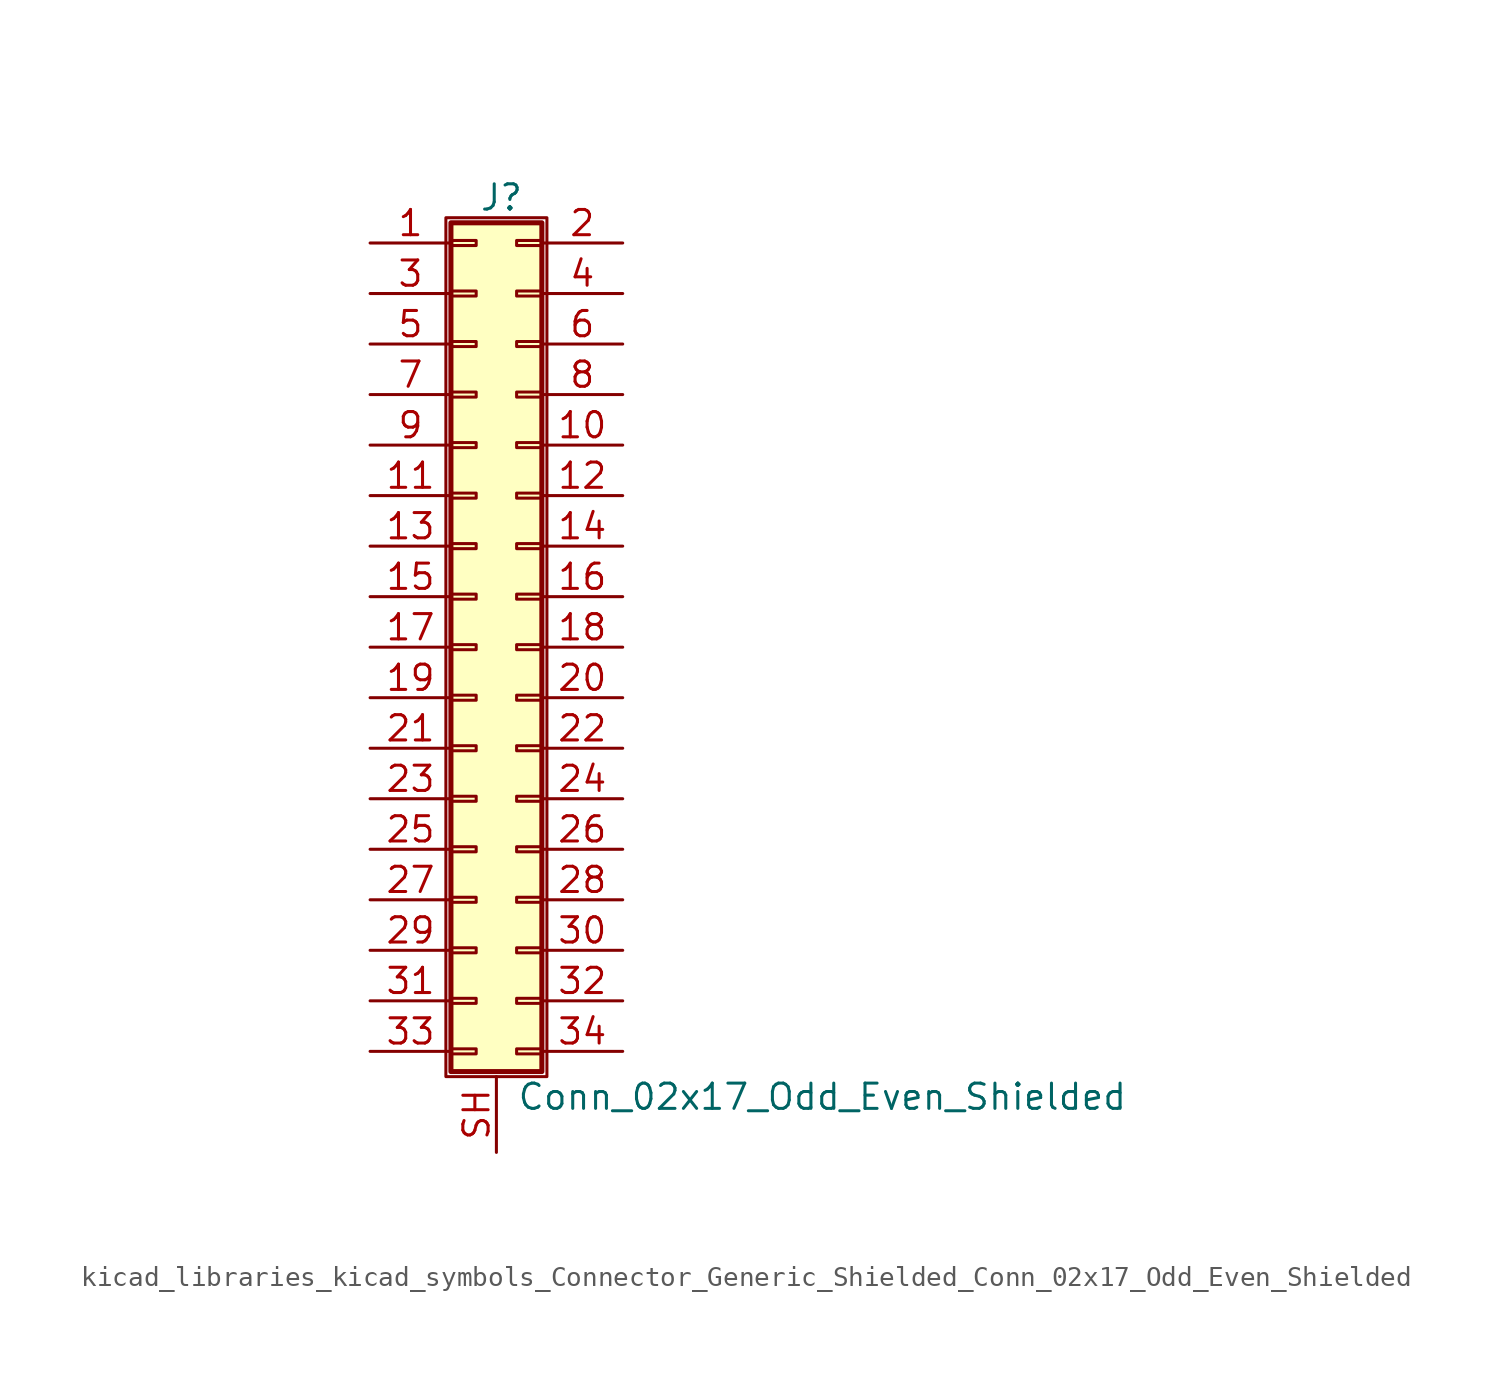
<source format=kicad_sym>
(kicad_symbol_lib
  (version 20220914)
  (generator kicad_symbol_editor)
  (symbol "kicad_libraries_kicad_symbols_Connector_Generic_Shielded_Conn_02x17_Odd_Even_Shielded"
    (pin_names
      (offset 1.016) hide)
    (property "Reference" "J"
      (at 1.524 22.606 0)
      (effects (font (size 1.27 1.27))))
    (property "Value" "Conn_02x17_Odd_Even_Shielded"
      (at 2.286 -22.606 0)
      (effects (font (size 1.27 1.27)) (justify left)))
    (symbol "kicad_libraries_kicad_symbols_Connector_Generic_Shielded_Conn_02x17_Odd_Even_Shielded_1_1"
      (rectangle (start -1.27 21.59) (end 3.81 -21.59) (stroke (width 0.152) (type default)) (fill (type none)))
      (rectangle (start -1.016 -20.193) (end 0.254 -20.447) (stroke (width 0.152) (type default)) (fill (type none)))
      (rectangle (start -1.016 -17.653) (end 0.254 -17.907) (stroke (width 0.152) (type default)) (fill (type none)))
      (rectangle (start -1.016 -15.113) (end 0.254 -15.367) (stroke (width 0.152) (type default)) (fill (type none)))
      (rectangle (start -1.016 -12.573) (end 0.254 -12.827) (stroke (width 0.152) (type default)) (fill (type none)))
      (rectangle (start -1.016 -10.033) (end 0.254 -10.287) (stroke (width 0.152) (type default)) (fill (type none)))
      (rectangle (start -1.016 -7.493) (end 0.254 -7.747) (stroke (width 0.152) (type default)) (fill (type none)))
      (rectangle (start -1.016 -4.953) (end 0.254 -5.207) (stroke (width 0.152) (type default)) (fill (type none)))
      (rectangle (start -1.016 -2.413) (end 0.254 -2.667) (stroke (width 0.152) (type default)) (fill (type none)))
      (rectangle (start -1.016 0.127) (end 0.254 -0.127) (stroke (width 0.152) (type default)) (fill (type none)))
      (rectangle (start -1.016 2.667) (end 0.254 2.413) (stroke (width 0.152) (type default)) (fill (type none)))
      (rectangle (start -1.016 5.207) (end 0.254 4.953) (stroke (width 0.152) (type default)) (fill (type none)))
      (rectangle (start -1.016 7.747) (end 0.254 7.493) (stroke (width 0.152) (type default)) (fill (type none)))
      (rectangle (start -1.016 10.287) (end 0.254 10.033) (stroke (width 0.152) (type default)) (fill (type none)))
      (rectangle (start -1.016 12.827) (end 0.254 12.573) (stroke (width 0.152) (type default)) (fill (type none)))
      (rectangle (start -1.016 15.367) (end 0.254 15.113) (stroke (width 0.152) (type default)) (fill (type none)))
      (rectangle (start -1.016 17.907) (end 0.254 17.653) (stroke (width 0.152) (type default)) (fill (type none)))
      (rectangle (start -1.016 20.447) (end 0.254 20.193) (stroke (width 0.152) (type default)) (fill (type none)))
      (rectangle (start -1.016 21.336) (end 3.556 -21.336) (stroke (width 0.254) (type default)) (fill (type background)))
      (rectangle (start 3.556 -20.193) (end 2.286 -20.447) (stroke (width 0.152) (type default)) (fill (type none)))
      (rectangle (start 3.556 -17.653) (end 2.286 -17.907) (stroke (width 0.152) (type default)) (fill (type none)))
      (rectangle (start 3.556 -15.113) (end 2.286 -15.367) (stroke (width 0.152) (type default)) (fill (type none)))
      (rectangle (start 3.556 -12.573) (end 2.286 -12.827) (stroke (width 0.152) (type default)) (fill (type none)))
      (rectangle (start 3.556 -10.033) (end 2.286 -10.287) (stroke (width 0.152) (type default)) (fill (type none)))
      (rectangle (start 3.556 -7.493) (end 2.286 -7.747) (stroke (width 0.152) (type default)) (fill (type none)))
      (rectangle (start 3.556 -4.953) (end 2.286 -5.207) (stroke (width 0.152) (type default)) (fill (type none)))
      (rectangle (start 3.556 -2.413) (end 2.286 -2.667) (stroke (width 0.152) (type default)) (fill (type none)))
      (rectangle (start 3.556 0.127) (end 2.286 -0.127) (stroke (width 0.152) (type default)) (fill (type none)))
      (rectangle (start 3.556 2.667) (end 2.286 2.413) (stroke (width 0.152) (type default)) (fill (type none)))
      (rectangle (start 3.556 5.207) (end 2.286 4.953) (stroke (width 0.152) (type default)) (fill (type none)))
      (rectangle (start 3.556 7.747) (end 2.286 7.493) (stroke (width 0.152) (type default)) (fill (type none)))
      (rectangle (start 3.556 10.287) (end 2.286 10.033) (stroke (width 0.152) (type default)) (fill (type none)))
      (rectangle (start 3.556 12.827) (end 2.286 12.573) (stroke (width 0.152) (type default)) (fill (type none)))
      (rectangle (start 3.556 15.367) (end 2.286 15.113) (stroke (width 0.152) (type default)) (fill (type none)))
      (rectangle (start 3.556 17.907) (end 2.286 17.653) (stroke (width 0.152) (type default)) (fill (type none)))
      (rectangle (start 3.556 20.447) (end 2.286 20.193) (stroke (width 0.152) (type default)) (fill (type none)))
      (pin passive line (at -5.08 20.32 0) (length 4.064) (name "Pin_1" (effects (font (size 1.27 1.27)))) (number "1" (effects (font (size 1.27 1.27)))))
      (pin passive line (at 7.62 10.16 180) (length 4.064) (name "Pin_10" (effects (font (size 1.27 1.27)))) (number "10" (effects (font (size 1.27 1.27)))))
      (pin passive line (at -5.08 7.62 0) (length 4.064) (name "Pin_11" (effects (font (size 1.27 1.27)))) (number "11" (effects (font (size 1.27 1.27)))))
      (pin passive line (at 7.62 7.62 180) (length 4.064) (name "Pin_12" (effects (font (size 1.27 1.27)))) (number "12" (effects (font (size 1.27 1.27)))))
      (pin passive line (at -5.08 5.08 0) (length 4.064) (name "Pin_13" (effects (font (size 1.27 1.27)))) (number "13" (effects (font (size 1.27 1.27)))))
      (pin passive line (at 7.62 5.08 180) (length 4.064) (name "Pin_14" (effects (font (size 1.27 1.27)))) (number "14" (effects (font (size 1.27 1.27)))))
      (pin passive line (at -5.08 2.54 0) (length 4.064) (name "Pin_15" (effects (font (size 1.27 1.27)))) (number "15" (effects (font (size 1.27 1.27)))))
      (pin passive line (at 7.62 2.54 180) (length 4.064) (name "Pin_16" (effects (font (size 1.27 1.27)))) (number "16" (effects (font (size 1.27 1.27)))))
      (pin passive line (at -5.08 0 0) (length 4.064) (name "Pin_17" (effects (font (size 1.27 1.27)))) (number "17" (effects (font (size 1.27 1.27)))))
      (pin passive line (at 7.62 0 180) (length 4.064) (name "Pin_18" (effects (font (size 1.27 1.27)))) (number "18" (effects (font (size 1.27 1.27)))))
      (pin passive line (at -5.08 -2.54 0) (length 4.064) (name "Pin_19" (effects (font (size 1.27 1.27)))) (number "19" (effects (font (size 1.27 1.27)))))
      (pin passive line (at 7.62 20.32 180) (length 4.064) (name "Pin_2" (effects (font (size 1.27 1.27)))) (number "2" (effects (font (size 1.27 1.27)))))
      (pin passive line (at 7.62 -2.54 180) (length 4.064) (name "Pin_20" (effects (font (size 1.27 1.27)))) (number "20" (effects (font (size 1.27 1.27)))))
      (pin passive line (at -5.08 -5.08 0) (length 4.064) (name "Pin_21" (effects (font (size 1.27 1.27)))) (number "21" (effects (font (size 1.27 1.27)))))
      (pin passive line (at 7.62 -5.08 180) (length 4.064) (name "Pin_22" (effects (font (size 1.27 1.27)))) (number "22" (effects (font (size 1.27 1.27)))))
      (pin passive line (at -5.08 -7.62 0) (length 4.064) (name "Pin_23" (effects (font (size 1.27 1.27)))) (number "23" (effects (font (size 1.27 1.27)))))
      (pin passive line (at 7.62 -7.62 180) (length 4.064) (name "Pin_24" (effects (font (size 1.27 1.27)))) (number "24" (effects (font (size 1.27 1.27)))))
      (pin passive line (at -5.08 -10.16 0) (length 4.064) (name "Pin_25" (effects (font (size 1.27 1.27)))) (number "25" (effects (font (size 1.27 1.27)))))
      (pin passive line (at 7.62 -10.16 180) (length 4.064) (name "Pin_26" (effects (font (size 1.27 1.27)))) (number "26" (effects (font (size 1.27 1.27)))))
      (pin passive line (at -5.08 -12.7 0) (length 4.064) (name "Pin_27" (effects (font (size 1.27 1.27)))) (number "27" (effects (font (size 1.27 1.27)))))
      (pin passive line (at 7.62 -12.7 180) (length 4.064) (name "Pin_28" (effects (font (size 1.27 1.27)))) (number "28" (effects (font (size 1.27 1.27)))))
      (pin passive line (at -5.08 -15.24 0) (length 4.064) (name "Pin_29" (effects (font (size 1.27 1.27)))) (number "29" (effects (font (size 1.27 1.27)))))
      (pin passive line (at -5.08 17.78 0) (length 4.064) (name "Pin_3" (effects (font (size 1.27 1.27)))) (number "3" (effects (font (size 1.27 1.27)))))
      (pin passive line (at 7.62 -15.24 180) (length 4.064) (name "Pin_30" (effects (font (size 1.27 1.27)))) (number "30" (effects (font (size 1.27 1.27)))))
      (pin passive line (at -5.08 -17.78 0) (length 4.064) (name "Pin_31" (effects (font (size 1.27 1.27)))) (number "31" (effects (font (size 1.27 1.27)))))
      (pin passive line (at 7.62 -17.78 180) (length 4.064) (name "Pin_32" (effects (font (size 1.27 1.27)))) (number "32" (effects (font (size 1.27 1.27)))))
      (pin passive line (at -5.08 -20.32 0) (length 4.064) (name "Pin_33" (effects (font (size 1.27 1.27)))) (number "33" (effects (font (size 1.27 1.27)))))
      (pin passive line (at 7.62 -20.32 180) (length 4.064) (name "Pin_34" (effects (font (size 1.27 1.27)))) (number "34" (effects (font (size 1.27 1.27)))))
      (pin passive line (at 7.62 17.78 180) (length 4.064) (name "Pin_4" (effects (font (size 1.27 1.27)))) (number "4" (effects (font (size 1.27 1.27)))))
      (pin passive line (at -5.08 15.24 0) (length 4.064) (name "Pin_5" (effects (font (size 1.27 1.27)))) (number "5" (effects (font (size 1.27 1.27)))))
      (pin passive line (at 7.62 15.24 180) (length 4.064) (name "Pin_6" (effects (font (size 1.27 1.27)))) (number "6" (effects (font (size 1.27 1.27)))))
      (pin passive line (at -5.08 12.7 0) (length 4.064) (name "Pin_7" (effects (font (size 1.27 1.27)))) (number "7" (effects (font (size 1.27 1.27)))))
      (pin passive line (at 7.62 12.7 180) (length 4.064) (name "Pin_8" (effects (font (size 1.27 1.27)))) (number "8" (effects (font (size 1.27 1.27)))))
      (pin passive line (at -5.08 10.16 0) (length 4.064) (name "Pin_9" (effects (font (size 1.27 1.27)))) (number "9" (effects (font (size 1.27 1.27)))))
      (pin passive line (at 1.27 -25.4 90) (length 3.81) (name "Shield" (effects (font (size 1.27 1.27)))) (number "SH" (effects (font (size 1.27 1.27))))))))
</source>
